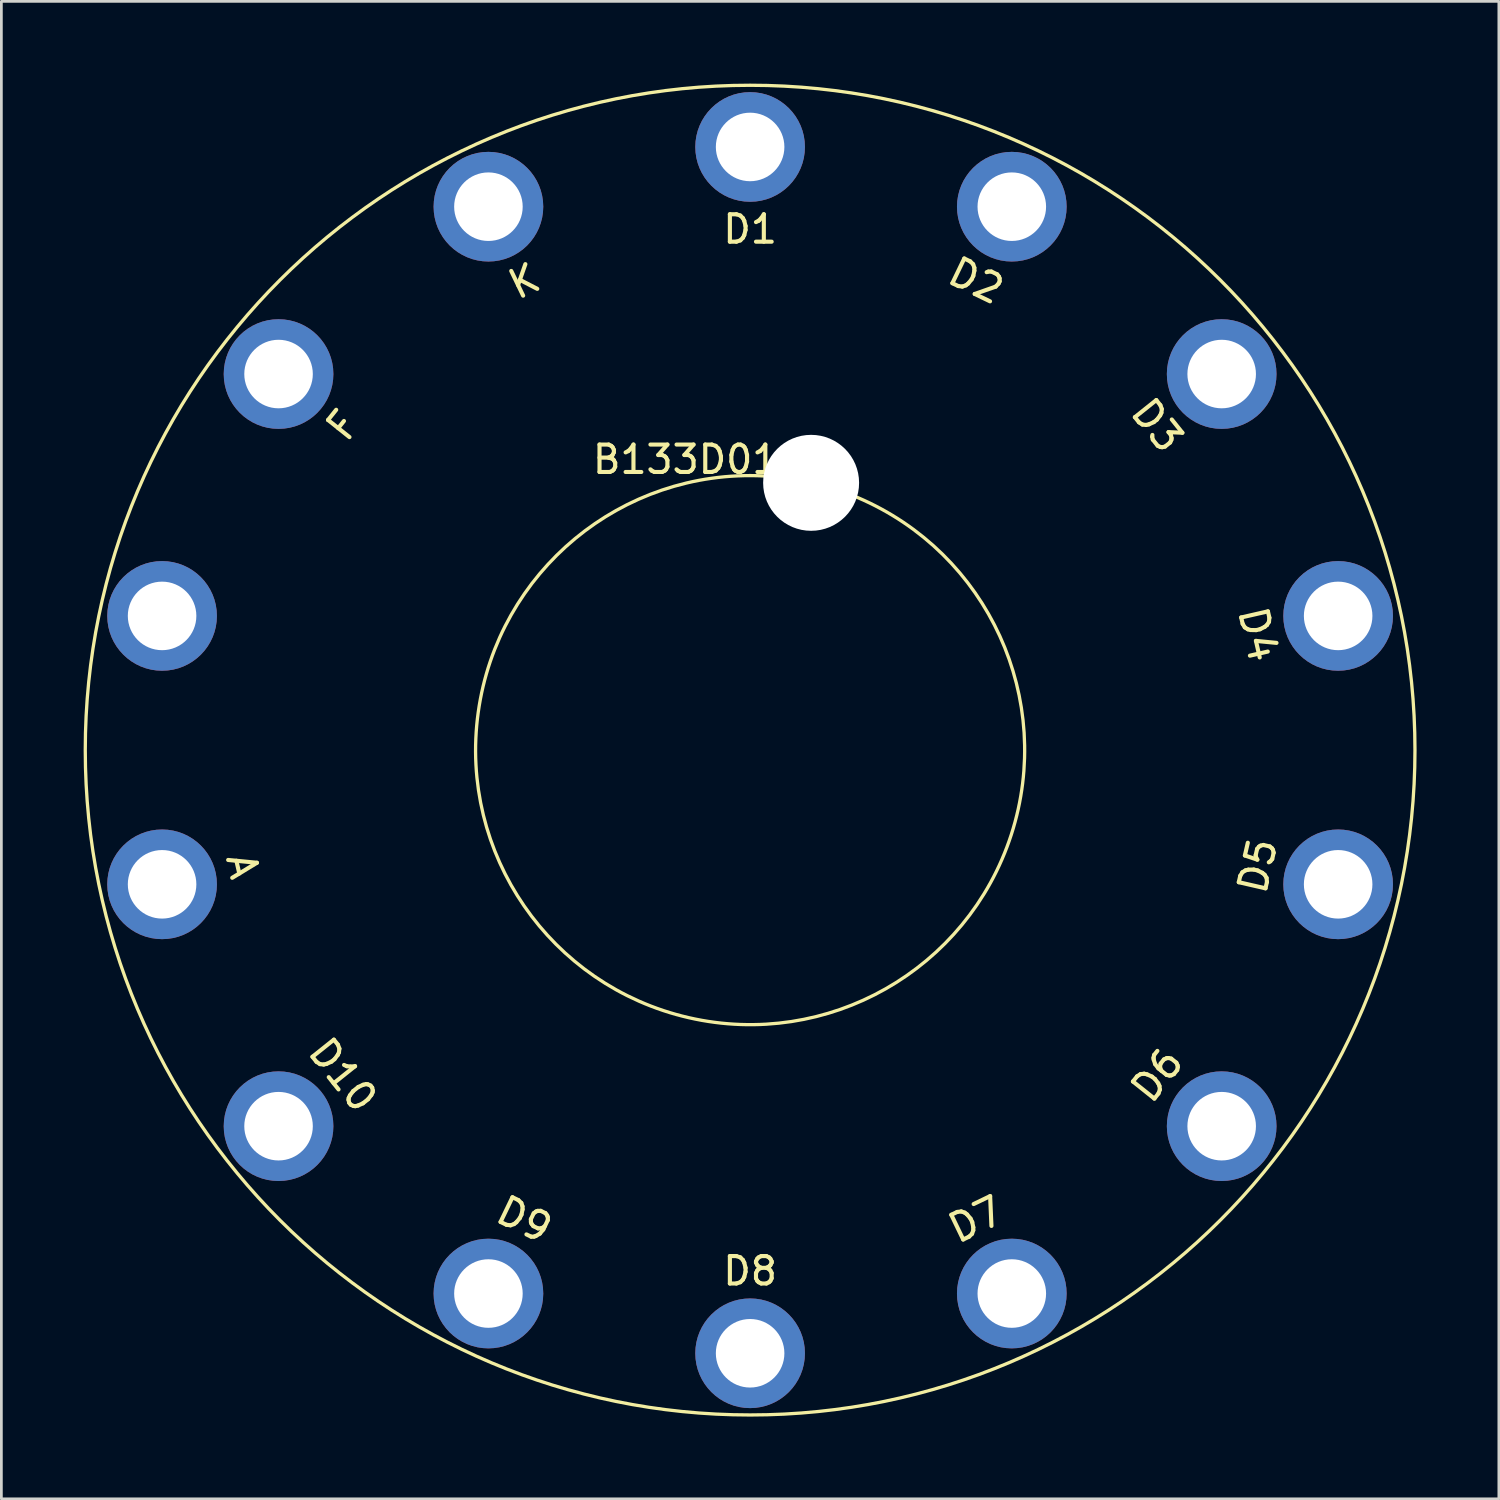
<source format=kicad_pcb>
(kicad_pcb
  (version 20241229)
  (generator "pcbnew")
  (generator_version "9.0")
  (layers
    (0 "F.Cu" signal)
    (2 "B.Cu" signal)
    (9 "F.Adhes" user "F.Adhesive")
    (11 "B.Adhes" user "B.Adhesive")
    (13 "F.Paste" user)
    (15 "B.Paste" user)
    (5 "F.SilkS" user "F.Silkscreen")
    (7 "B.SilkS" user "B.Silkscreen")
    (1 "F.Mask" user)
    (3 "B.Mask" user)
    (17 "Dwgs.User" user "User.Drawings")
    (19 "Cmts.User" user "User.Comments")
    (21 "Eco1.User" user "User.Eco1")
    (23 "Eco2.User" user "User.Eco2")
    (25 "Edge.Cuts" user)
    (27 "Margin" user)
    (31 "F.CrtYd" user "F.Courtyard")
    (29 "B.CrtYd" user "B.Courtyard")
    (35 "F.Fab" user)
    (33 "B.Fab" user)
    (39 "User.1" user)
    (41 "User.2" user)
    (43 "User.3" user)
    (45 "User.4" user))
  (footprint "B133D01"
    (layer "F.Cu")
    (at 24.31 24.31)
    (property "Reference" "B133D01" (at -2.35 -10.6 0) (layer "F.SilkS") (effects (font (size 1 1) (thickness 0.15))))
    (attr through_hole)
    (fp_arc (start 3.907803 -9.218409) (mid -2.238281 9.759103) (end 0.499999 -9.999999) (stroke (width 0.12) (type solid)) (layer "F.SilkS"))
    (fp_circle (center 0 0) (end 24.25 0) (stroke (width 0.12) (type solid)) (fill no) (layer "F.SilkS"))
    (fp_text user "D7" (at 8.24 17.12 205.7) (layer "F.SilkS") (effects (font (size 1 1) (thickness 0.15))))
    (fp_text user "A" (at -18.52 4.23 102.9) (layer "F.SilkS") (effects (font (size 1 1) (thickness 0.15))))
    (fp_text user "D3" (at 14.85 -11.85 308.6) (layer "F.SilkS") (effects (font (size 1 1) (thickness 0.15))))
    (fp_text user "D6" (at 14.85 11.85 231.4) (layer "F.SilkS") (effects (font (size 1 1) (thickness 0.15))))
    (fp_text user "D1" (at 0 -19 0) (layer "F.SilkS") (effects (font (size 1 1) (thickness 0.15))))
    (fp_text user "F" (at -14.85 -11.85 51.4) (layer "F.SilkS") (effects (font (size 1 1) (thickness 0.15))))
    (fp_text user "D9" (at -8.24 17.12 154.3) (layer "F.SilkS") (effects (font (size 1 1) (thickness 0.15))))
    (fp_text user "D8" (at 0 19 0) (layer "F.SilkS") (effects (font (size 1 1) (thickness 0.15))))
    (fp_text user "K" (at -8.24 -17.1 25.7) (layer "F.SilkS") (effects (font (size 1 1) (thickness 0.15))))
    (fp_text user "D5" (at 18.52 4.22 257.1) (layer "F.SilkS") (effects (font (size 1 1) (thickness 0.15))))
    (fp_text user "D4" (at 18.52 -4.22 282.9) (layer "F.SilkS") (effects (font (size 1 1) (thickness 0.15))))
    (fp_text user "D2" (at 8.24 -17.12 334.3) (layer "F.SilkS") (effects (font (size 1 1) (thickness 0.15))))
    (fp_text user "D10" (at -14.85 11.85 128.6) (layer "F.SilkS") (effects (font (size 1 1) (thickness 0.15))))
    (pad "" np_thru_hole circle (at 2.225 -9.749) (size 3.5 3.5) (drill 3.5) (layers "*.Cu" "*.Mask"))
    (pad "1" thru_hole circle (at 0 -22) (size 4 4) (drill 2.5) (layers "*.Cu" "*.Mask"))
    (pad "2" thru_hole circle (at 9.545 -19.821) (size 4 4) (drill 2.5) (layers "*.Cu" "*.Mask"))
    (pad "3" thru_hole circle (at 17.2 -13.717) (size 4 4) (drill 2.5) (layers "*.Cu" "*.Mask"))
    (pad "4" thru_hole circle (at 21.448 -4.895) (size 4 4) (drill 2.5) (layers "*.Cu" "*.Mask"))
    (pad "5" thru_hole circle (at 21.448 4.895) (size 4 4) (drill 2.5) (layers "*.Cu" "*.Mask"))
    (pad "6" thru_hole circle (at 17.2 13.717) (size 4 4) (drill 2.5) (layers "*.Cu" "*.Mask"))
    (pad "7" thru_hole circle (at 9.545 19.821) (size 4 4) (drill 2.5) (layers "*.Cu" "*.Mask"))
    (pad "8" thru_hole circle (at 0 22) (size 4 4) (drill 2.5) (layers "*.Cu" "*.Mask"))
    (pad "9" thru_hole circle (at -9.545 19.821) (size 4 4) (drill 2.5) (layers "*.Cu" "*.Mask"))
    (pad "10" thru_hole circle (at -17.2 13.717) (size 4 4) (drill 2.5) (layers "*.Cu" "*.Mask"))
    (pad "11" thru_hole circle (at -21.448 4.895) (size 4 4) (drill 2.5) (layers "*.Cu" "*.Mask"))
    (pad "12" thru_hole circle (at -21.448 -4.895) (size 4 4) (drill 2.5) (layers "*.Cu" "*.Mask"))
    (pad "13" thru_hole circle (at -17.2 -13.717) (size 4 4) (drill 2.5) (layers "*.Cu" "*.Mask"))
    (pad "14" thru_hole circle (at -9.545 -19.821) (size 4 4) (drill 2.5) (layers "*.Cu" "*.Mask")))
  (gr_rect
    (start -3 -3)
    (end 51.62 51.62)
    (stroke (width 0.1) (type default))
    (fill no)
    (layer "Edge.Cuts")))
</source>
